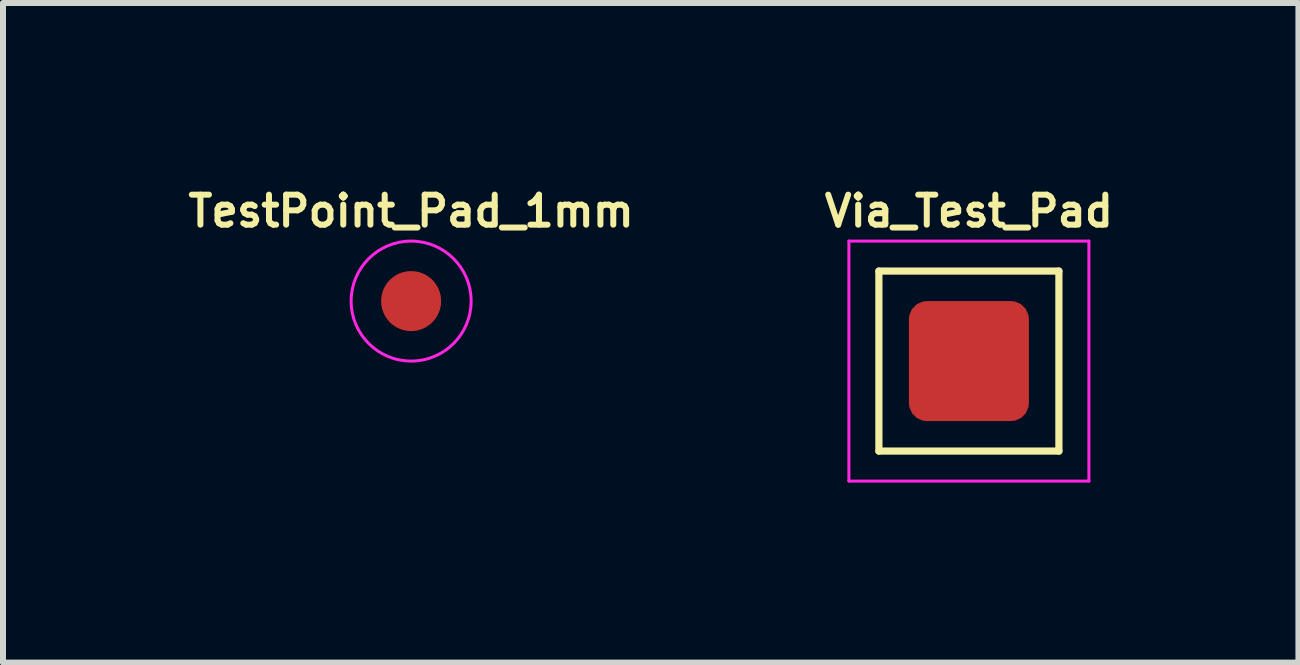
<source format=kicad_pcb>
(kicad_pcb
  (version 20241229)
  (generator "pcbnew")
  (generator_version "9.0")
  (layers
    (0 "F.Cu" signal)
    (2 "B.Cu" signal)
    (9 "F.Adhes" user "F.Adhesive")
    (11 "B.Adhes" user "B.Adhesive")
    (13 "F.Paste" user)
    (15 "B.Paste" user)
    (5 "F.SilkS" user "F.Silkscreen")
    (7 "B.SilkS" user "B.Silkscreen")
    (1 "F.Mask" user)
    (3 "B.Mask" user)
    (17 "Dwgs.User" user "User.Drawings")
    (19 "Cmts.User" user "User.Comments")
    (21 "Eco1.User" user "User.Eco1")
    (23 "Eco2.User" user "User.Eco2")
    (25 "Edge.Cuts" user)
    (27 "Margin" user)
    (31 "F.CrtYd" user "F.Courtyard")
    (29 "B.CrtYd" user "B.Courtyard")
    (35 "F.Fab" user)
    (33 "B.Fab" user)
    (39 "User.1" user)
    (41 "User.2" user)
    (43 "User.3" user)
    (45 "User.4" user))
  (footprint "Via_Test_Pad"
    (layer "F.Cu")
    (at 13.098 2.968)
    (property "Reference" "Via_Test_Pad" (at 0 -2.5 0) (layer "F.SilkS") (effects (font (size 0.5 0.5) (thickness 0.1))))
    (attr exclude_from_pos_files)
    (fp_line (start -1.5 -1.5) (end -1.5 1.5) (stroke (width 0.12) (type solid)) (layer "F.SilkS"))
    (fp_line (start -1.5 -1.5) (end 1.5 -1.5) (stroke (width 0.12) (type solid)) (layer "F.SilkS"))
    (fp_line (start -1.5 1.5) (end 1.5 1.5) (stroke (width 0.12) (type solid)) (layer "F.SilkS"))
    (fp_line (start 1.5 -1.5) (end 1.5 1.5) (stroke (width 0.12) (type solid)) (layer "F.SilkS"))
    (fp_line (start -2 -2) (end -2 2) (stroke (width 0.05) (type solid)) (layer "F.CrtYd"))
    (fp_line (start -2 -2) (end 2 -2) (stroke (width 0.05) (type solid)) (layer "F.CrtYd"))
    (fp_line (start -2 2) (end 2 2) (stroke (width 0.05) (type solid)) (layer "F.CrtYd"))
    (fp_line (start 2 -2) (end 2 2) (stroke (width 0.05) (type solid)) (layer "F.CrtYd"))
    (pad "1" smd roundrect (at 0 0) (size 2 2) (layers "F.Cu" "F.Mask" "F.Paste") (roundrect_rratio 0.15)))
  (footprint "TestPoint_Pad_1mm"
    (layer "F.Cu")
    (at 3.802 1.968)
    (property "Reference" "TestPoint_Pad_1mm" (at 0 -1.5 0) (layer "F.SilkS") (effects (font (size 0.5 0.5) (thickness 0.1))))
    (attr exclude_from_pos_files)
    (fp_circle (center 0 0) (end 1 0) (stroke (width 0.05) (type solid)) (fill no) (layer "F.CrtYd"))
    (pad "1" smd circle (at 0 0) (size 1 1) (layers "F.Cu" "F.Mask" "F.Paste")))
  (gr_rect
    (start -3 -3)
    (end 18.59 7.993)
    (stroke (width 0.1) (type default))
    (fill no)
    (layer "Edge.Cuts")))
</source>
